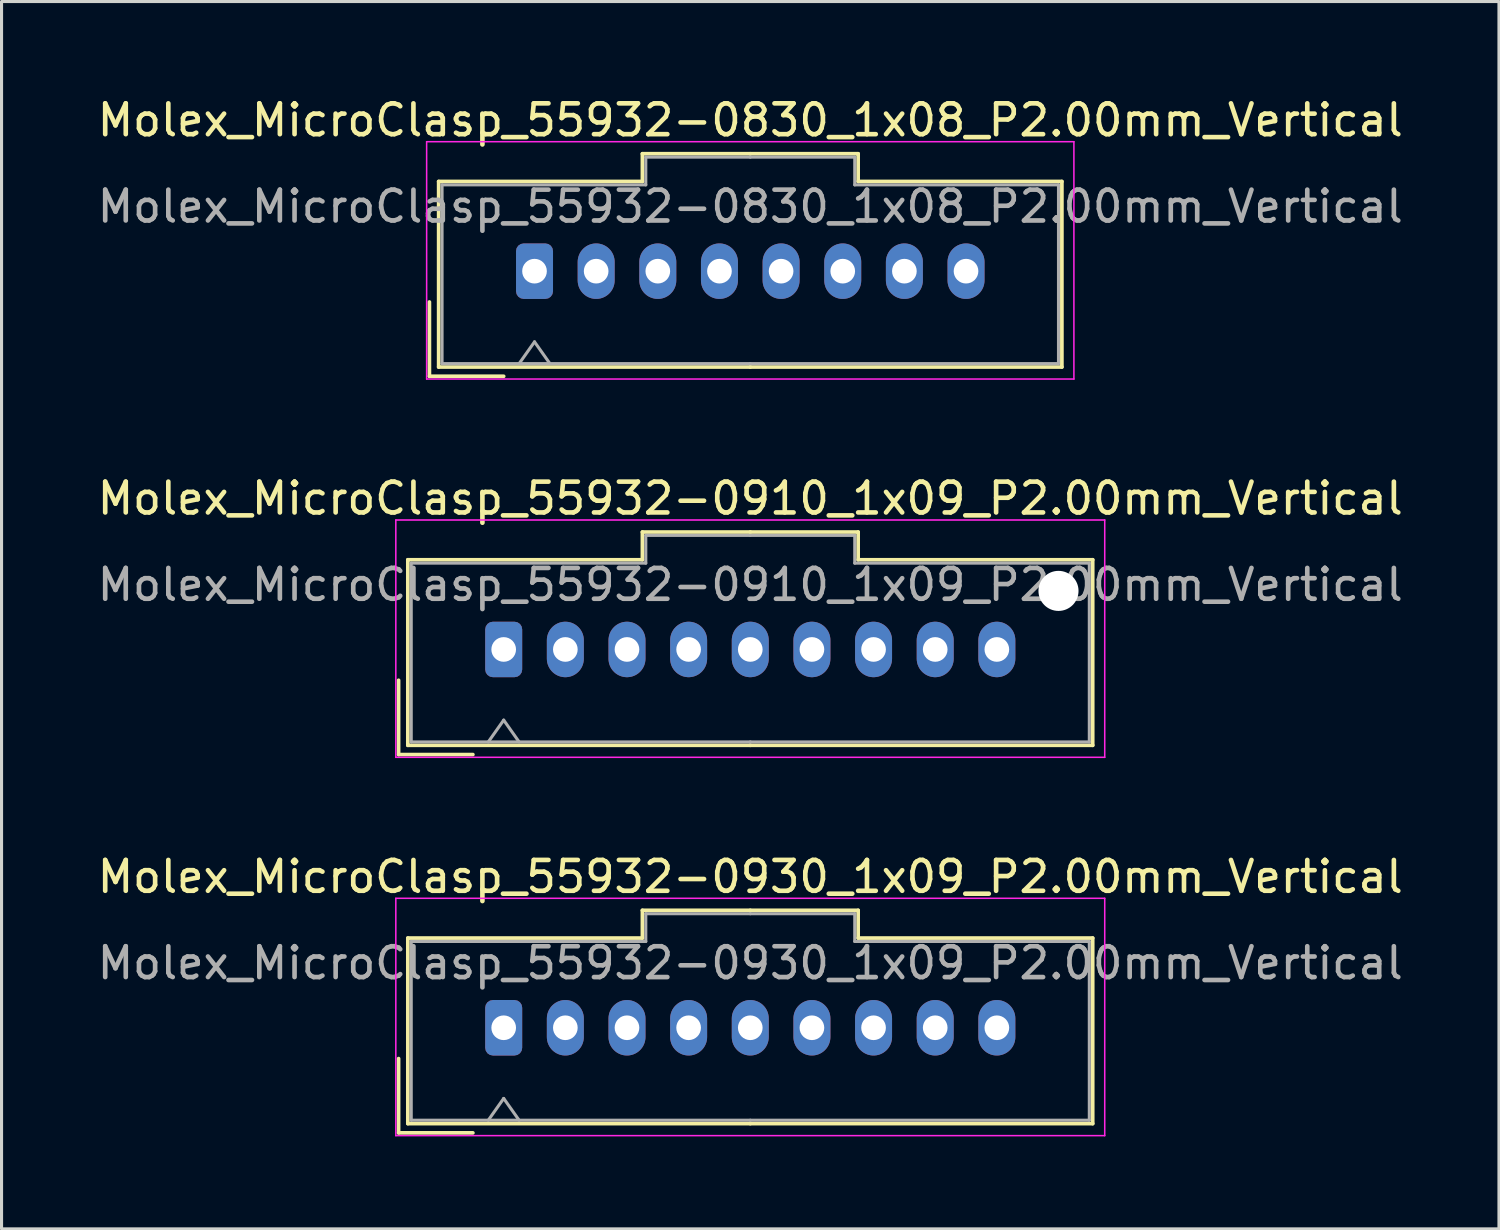
<source format=kicad_pcb>
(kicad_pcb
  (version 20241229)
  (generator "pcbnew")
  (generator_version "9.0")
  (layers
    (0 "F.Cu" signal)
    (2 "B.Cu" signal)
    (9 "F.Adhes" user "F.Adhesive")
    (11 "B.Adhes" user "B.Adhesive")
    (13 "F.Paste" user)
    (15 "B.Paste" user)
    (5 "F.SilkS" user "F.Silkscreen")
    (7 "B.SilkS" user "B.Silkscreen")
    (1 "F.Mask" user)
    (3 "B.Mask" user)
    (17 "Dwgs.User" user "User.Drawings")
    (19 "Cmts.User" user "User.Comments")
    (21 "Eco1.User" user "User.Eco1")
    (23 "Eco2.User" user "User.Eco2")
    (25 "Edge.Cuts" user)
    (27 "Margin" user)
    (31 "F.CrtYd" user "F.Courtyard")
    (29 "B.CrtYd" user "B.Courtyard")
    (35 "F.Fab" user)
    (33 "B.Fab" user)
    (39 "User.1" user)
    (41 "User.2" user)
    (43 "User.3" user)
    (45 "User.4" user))
  (footprint "Molex_MicroClasp_55932-0830_1x08_P2.00mm_Vertical"
    (layer "F.Cu")
    (at 14.292 5.748)
    (property "Reference" "Molex_MicroClasp_55932-0830_1x08_P2.00mm_Vertical" (at 7 -4.9 0) (layer "F.SilkS") (effects (font (size 1 1) (thickness 0.15))))
    (attr through_hole)
    (fp_line (start -3.41 1) (end -3.41 3.41) (stroke (width 0.12) (type solid)) (layer "F.SilkS"))
    (fp_line (start -3.41 3.41) (end -1 3.41) (stroke (width 0.12) (type solid)) (layer "F.SilkS"))
    (fp_line (start -3.11 -2.91) (end -3.11 3.11) (stroke (width 0.12) (type solid)) (layer "F.SilkS"))
    (fp_line (start -3.11 3.11) (end 7 3.11) (stroke (width 0.12) (type solid)) (layer "F.SilkS"))
    (fp_line (start 3.5 -3.81) (end 3.5 -2.91) (stroke (width 0.12) (type solid)) (layer "F.SilkS"))
    (fp_line (start 3.5 -2.91) (end -3.11 -2.91) (stroke (width 0.12) (type solid)) (layer "F.SilkS"))
    (fp_line (start 7 -3.81) (end 3.5 -3.81) (stroke (width 0.12) (type solid)) (layer "F.SilkS"))
    (fp_line (start 7 -3.81) (end 10.5 -3.81) (stroke (width 0.12) (type solid)) (layer "F.SilkS"))
    (fp_line (start 10.5 -3.81) (end 10.5 -2.91) (stroke (width 0.12) (type solid)) (layer "F.SilkS"))
    (fp_line (start 10.5 -2.91) (end 17.11 -2.91) (stroke (width 0.12) (type solid)) (layer "F.SilkS"))
    (fp_line (start 17.11 -2.91) (end 17.11 3.11) (stroke (width 0.12) (type solid)) (layer "F.SilkS"))
    (fp_line (start 17.11 3.11) (end 7 3.11) (stroke (width 0.12) (type solid)) (layer "F.SilkS"))
    (fp_line (start -3.5 -4.2) (end -3.5 3.5) (stroke (width 0.05) (type solid)) (layer "F.CrtYd"))
    (fp_line (start -3.5 3.5) (end 17.5 3.5) (stroke (width 0.05) (type solid)) (layer "F.CrtYd"))
    (fp_line (start 17.5 -4.2) (end -3.5 -4.2) (stroke (width 0.05) (type solid)) (layer "F.CrtYd"))
    (fp_line (start 17.5 3.5) (end 17.5 -4.2) (stroke (width 0.05) (type solid)) (layer "F.CrtYd"))
    (fp_line (start -3 -2.8) (end -3 3) (stroke (width 0.1) (type solid)) (layer "F.Fab"))
    (fp_line (start -3 3) (end 7 3) (stroke (width 0.1) (type solid)) (layer "F.Fab"))
    (fp_line (start -0.5 3) (end 0 2.293) (stroke (width 0.1) (type solid)) (layer "F.Fab"))
    (fp_line (start 0 2.293) (end 0.5 3) (stroke (width 0.1) (type solid)) (layer "F.Fab"))
    (fp_line (start 3.61 -3.7) (end 3.61 -2.8) (stroke (width 0.1) (type solid)) (layer "F.Fab"))
    (fp_line (start 3.61 -2.8) (end -3 -2.8) (stroke (width 0.1) (type solid)) (layer "F.Fab"))
    (fp_line (start 7 -3.7) (end 3.61 -3.7) (stroke (width 0.1) (type solid)) (layer "F.Fab"))
    (fp_line (start 7 -3.7) (end 10.39 -3.7) (stroke (width 0.1) (type solid)) (layer "F.Fab"))
    (fp_line (start 10.39 -3.7) (end 10.39 -2.8) (stroke (width 0.1) (type solid)) (layer "F.Fab"))
    (fp_line (start 10.39 -2.8) (end 17 -2.8) (stroke (width 0.1) (type solid)) (layer "F.Fab"))
    (fp_line (start 17 -2.8) (end 17 3) (stroke (width 0.1) (type solid)) (layer "F.Fab"))
    (fp_line (start 17 3) (end 7 3) (stroke (width 0.1) (type solid)) (layer "F.Fab"))
    (fp_text user "${REFERENCE}" (at 7 -2.1 0) (layer "F.Fab") (effects (font (size 1 1) (thickness 0.15))))
    (pad "1" thru_hole roundrect (at 0 0) (size 1.2 1.8) (drill 0.8) (layers "*.Cu" "*.Mask") (roundrect_rratio 0.208))
    (pad "2" thru_hole oval (at 2 0) (size 1.2 1.8) (drill 0.8) (layers "*.Cu" "*.Mask"))
    (pad "3" thru_hole oval (at 4 0) (size 1.2 1.8) (drill 0.8) (layers "*.Cu" "*.Mask"))
    (pad "4" thru_hole oval (at 6 0) (size 1.2 1.8) (drill 0.8) (layers "*.Cu" "*.Mask"))
    (pad "5" thru_hole oval (at 8 0) (size 1.2 1.8) (drill 0.8) (layers "*.Cu" "*.Mask"))
    (pad "6" thru_hole oval (at 10 0) (size 1.2 1.8) (drill 0.8) (layers "*.Cu" "*.Mask"))
    (pad "7" thru_hole oval (at 12 0) (size 1.2 1.8) (drill 0.8) (layers "*.Cu" "*.Mask"))
    (pad "8" thru_hole oval (at 14 0) (size 1.2 1.8) (drill 0.8) (layers "*.Cu" "*.Mask")))
  (footprint "Molex_MicroClasp_55932-0930_1x09_P2.00mm_Vertical"
    (layer "F.Cu")
    (at 13.292 30.295)
    (property "Reference" "Molex_MicroClasp_55932-0930_1x09_P2.00mm_Vertical" (at 8 -4.9 0) (layer "F.SilkS") (effects (font (size 1 1) (thickness 0.15))))
    (attr through_hole)
    (fp_line (start -3.41 1) (end -3.41 3.41) (stroke (width 0.12) (type solid)) (layer "F.SilkS"))
    (fp_line (start -3.41 3.41) (end -1 3.41) (stroke (width 0.12) (type solid)) (layer "F.SilkS"))
    (fp_line (start -3.11 -2.91) (end -3.11 3.11) (stroke (width 0.12) (type solid)) (layer "F.SilkS"))
    (fp_line (start -3.11 3.11) (end 8 3.11) (stroke (width 0.12) (type solid)) (layer "F.SilkS"))
    (fp_line (start 4.5 -3.81) (end 4.5 -2.91) (stroke (width 0.12) (type solid)) (layer "F.SilkS"))
    (fp_line (start 4.5 -2.91) (end -3.11 -2.91) (stroke (width 0.12) (type solid)) (layer "F.SilkS"))
    (fp_line (start 8 -3.81) (end 4.5 -3.81) (stroke (width 0.12) (type solid)) (layer "F.SilkS"))
    (fp_line (start 8 -3.81) (end 11.5 -3.81) (stroke (width 0.12) (type solid)) (layer "F.SilkS"))
    (fp_line (start 11.5 -3.81) (end 11.5 -2.91) (stroke (width 0.12) (type solid)) (layer "F.SilkS"))
    (fp_line (start 11.5 -2.91) (end 19.11 -2.91) (stroke (width 0.12) (type solid)) (layer "F.SilkS"))
    (fp_line (start 19.11 -2.91) (end 19.11 3.11) (stroke (width 0.12) (type solid)) (layer "F.SilkS"))
    (fp_line (start 19.11 3.11) (end 8 3.11) (stroke (width 0.12) (type solid)) (layer "F.SilkS"))
    (fp_line (start -3.5 -4.2) (end -3.5 3.5) (stroke (width 0.05) (type solid)) (layer "F.CrtYd"))
    (fp_line (start -3.5 3.5) (end 19.5 3.5) (stroke (width 0.05) (type solid)) (layer "F.CrtYd"))
    (fp_line (start 19.5 -4.2) (end -3.5 -4.2) (stroke (width 0.05) (type solid)) (layer "F.CrtYd"))
    (fp_line (start 19.5 3.5) (end 19.5 -4.2) (stroke (width 0.05) (type solid)) (layer "F.CrtYd"))
    (fp_line (start -3 -2.8) (end -3 3) (stroke (width 0.1) (type solid)) (layer "F.Fab"))
    (fp_line (start -3 3) (end 8 3) (stroke (width 0.1) (type solid)) (layer "F.Fab"))
    (fp_line (start -0.5 3) (end 0 2.293) (stroke (width 0.1) (type solid)) (layer "F.Fab"))
    (fp_line (start 0 2.293) (end 0.5 3) (stroke (width 0.1) (type solid)) (layer "F.Fab"))
    (fp_line (start 4.61 -3.7) (end 4.61 -2.8) (stroke (width 0.1) (type solid)) (layer "F.Fab"))
    (fp_line (start 4.61 -2.8) (end -3 -2.8) (stroke (width 0.1) (type solid)) (layer "F.Fab"))
    (fp_line (start 8 -3.7) (end 4.61 -3.7) (stroke (width 0.1) (type solid)) (layer "F.Fab"))
    (fp_line (start 8 -3.7) (end 11.39 -3.7) (stroke (width 0.1) (type solid)) (layer "F.Fab"))
    (fp_line (start 11.39 -3.7) (end 11.39 -2.8) (stroke (width 0.1) (type solid)) (layer "F.Fab"))
    (fp_line (start 11.39 -2.8) (end 19 -2.8) (stroke (width 0.1) (type solid)) (layer "F.Fab"))
    (fp_line (start 19 -2.8) (end 19 3) (stroke (width 0.1) (type solid)) (layer "F.Fab"))
    (fp_line (start 19 3) (end 8 3) (stroke (width 0.1) (type solid)) (layer "F.Fab"))
    (fp_text user "${REFERENCE}" (at 8 -2.1 0) (layer "F.Fab") (effects (font (size 1 1) (thickness 0.15))))
    (pad "1" thru_hole roundrect (at 0 0) (size 1.2 1.8) (drill 0.8) (layers "*.Cu" "*.Mask") (roundrect_rratio 0.208))
    (pad "2" thru_hole oval (at 2 0) (size 1.2 1.8) (drill 0.8) (layers "*.Cu" "*.Mask"))
    (pad "3" thru_hole oval (at 4 0) (size 1.2 1.8) (drill 0.8) (layers "*.Cu" "*.Mask"))
    (pad "4" thru_hole oval (at 6 0) (size 1.2 1.8) (drill 0.8) (layers "*.Cu" "*.Mask"))
    (pad "5" thru_hole oval (at 8 0) (size 1.2 1.8) (drill 0.8) (layers "*.Cu" "*.Mask"))
    (pad "6" thru_hole oval (at 10 0) (size 1.2 1.8) (drill 0.8) (layers "*.Cu" "*.Mask"))
    (pad "7" thru_hole oval (at 12 0) (size 1.2 1.8) (drill 0.8) (layers "*.Cu" "*.Mask"))
    (pad "8" thru_hole oval (at 14 0) (size 1.2 1.8) (drill 0.8) (layers "*.Cu" "*.Mask"))
    (pad "9" thru_hole oval (at 16 0) (size 1.2 1.8) (drill 0.8) (layers "*.Cu" "*.Mask")))
  (footprint "Molex_MicroClasp_55932-0910_1x09_P2.00mm_Vertical"
    (layer "F.Cu")
    (at 13.292 18.021)
    (property "Reference" "Molex_MicroClasp_55932-0910_1x09_P2.00mm_Vertical" (at 8 -4.9 0) (layer "F.SilkS") (effects (font (size 1 1) (thickness 0.15))))
    (attr through_hole)
    (fp_line (start -3.41 1) (end -3.41 3.41) (stroke (width 0.12) (type solid)) (layer "F.SilkS"))
    (fp_line (start -3.41 3.41) (end -1 3.41) (stroke (width 0.12) (type solid)) (layer "F.SilkS"))
    (fp_line (start -3.11 -2.91) (end -3.11 3.11) (stroke (width 0.12) (type solid)) (layer "F.SilkS"))
    (fp_line (start -3.11 3.11) (end 8 3.11) (stroke (width 0.12) (type solid)) (layer "F.SilkS"))
    (fp_line (start 4.5 -3.81) (end 4.5 -2.91) (stroke (width 0.12) (type solid)) (layer "F.SilkS"))
    (fp_line (start 4.5 -2.91) (end -3.11 -2.91) (stroke (width 0.12) (type solid)) (layer "F.SilkS"))
    (fp_line (start 8 -3.81) (end 4.5 -3.81) (stroke (width 0.12) (type solid)) (layer "F.SilkS"))
    (fp_line (start 8 -3.81) (end 11.5 -3.81) (stroke (width 0.12) (type solid)) (layer "F.SilkS"))
    (fp_line (start 11.5 -3.81) (end 11.5 -2.91) (stroke (width 0.12) (type solid)) (layer "F.SilkS"))
    (fp_line (start 11.5 -2.91) (end 19.11 -2.91) (stroke (width 0.12) (type solid)) (layer "F.SilkS"))
    (fp_line (start 19.11 -2.91) (end 19.11 3.11) (stroke (width 0.12) (type solid)) (layer "F.SilkS"))
    (fp_line (start 19.11 3.11) (end 8 3.11) (stroke (width 0.12) (type solid)) (layer "F.SilkS"))
    (fp_line (start -3.5 -4.2) (end -3.5 3.5) (stroke (width 0.05) (type solid)) (layer "F.CrtYd"))
    (fp_line (start -3.5 3.5) (end 19.5 3.5) (stroke (width 0.05) (type solid)) (layer "F.CrtYd"))
    (fp_line (start 19.5 -4.2) (end -3.5 -4.2) (stroke (width 0.05) (type solid)) (layer "F.CrtYd"))
    (fp_line (start 19.5 3.5) (end 19.5 -4.2) (stroke (width 0.05) (type solid)) (layer "F.CrtYd"))
    (fp_line (start -3 -2.8) (end -3 3) (stroke (width 0.1) (type solid)) (layer "F.Fab"))
    (fp_line (start -3 3) (end 8 3) (stroke (width 0.1) (type solid)) (layer "F.Fab"))
    (fp_line (start -0.5 3) (end 0 2.293) (stroke (width 0.1) (type solid)) (layer "F.Fab"))
    (fp_line (start 0 2.293) (end 0.5 3) (stroke (width 0.1) (type solid)) (layer "F.Fab"))
    (fp_line (start 4.61 -3.7) (end 4.61 -2.8) (stroke (width 0.1) (type solid)) (layer "F.Fab"))
    (fp_line (start 4.61 -2.8) (end -3 -2.8) (stroke (width 0.1) (type solid)) (layer "F.Fab"))
    (fp_line (start 8 -3.7) (end 4.61 -3.7) (stroke (width 0.1) (type solid)) (layer "F.Fab"))
    (fp_line (start 8 -3.7) (end 11.39 -3.7) (stroke (width 0.1) (type solid)) (layer "F.Fab"))
    (fp_line (start 11.39 -3.7) (end 11.39 -2.8) (stroke (width 0.1) (type solid)) (layer "F.Fab"))
    (fp_line (start 11.39 -2.8) (end 19 -2.8) (stroke (width 0.1) (type solid)) (layer "F.Fab"))
    (fp_line (start 19 -2.8) (end 19 3) (stroke (width 0.1) (type solid)) (layer "F.Fab"))
    (fp_line (start 19 3) (end 8 3) (stroke (width 0.1) (type solid)) (layer "F.Fab"))
    (fp_text user "${REFERENCE}" (at 8 -2.1 0) (layer "F.Fab") (effects (font (size 1 1) (thickness 0.15))))
    (pad "" np_thru_hole circle (at 18 -1.9) (size 1.3 1.3) (drill 1.3) (layers "*.Cu" "*.Mask"))
    (pad "1" thru_hole roundrect (at 0 0) (size 1.2 1.8) (drill 0.8) (layers "*.Cu" "*.Mask") (roundrect_rratio 0.208))
    (pad "2" thru_hole oval (at 2 0) (size 1.2 1.8) (drill 0.8) (layers "*.Cu" "*.Mask"))
    (pad "3" thru_hole oval (at 4 0) (size 1.2 1.8) (drill 0.8) (layers "*.Cu" "*.Mask"))
    (pad "4" thru_hole oval (at 6 0) (size 1.2 1.8) (drill 0.8) (layers "*.Cu" "*.Mask"))
    (pad "5" thru_hole oval (at 8 0) (size 1.2 1.8) (drill 0.8) (layers "*.Cu" "*.Mask"))
    (pad "6" thru_hole oval (at 10 0) (size 1.2 1.8) (drill 0.8) (layers "*.Cu" "*.Mask"))
    (pad "7" thru_hole oval (at 12 0) (size 1.2 1.8) (drill 0.8) (layers "*.Cu" "*.Mask"))
    (pad "8" thru_hole oval (at 14 0) (size 1.2 1.8) (drill 0.8) (layers "*.Cu" "*.Mask"))
    (pad "9" thru_hole oval (at 16 0) (size 1.2 1.8) (drill 0.8) (layers "*.Cu" "*.Mask")))
  (gr_rect
    (start -3 -3)
    (end 45.583 36.82)
    (stroke (width 0.1) (type default))
    (fill no)
    (layer "Edge.Cuts")))
</source>
